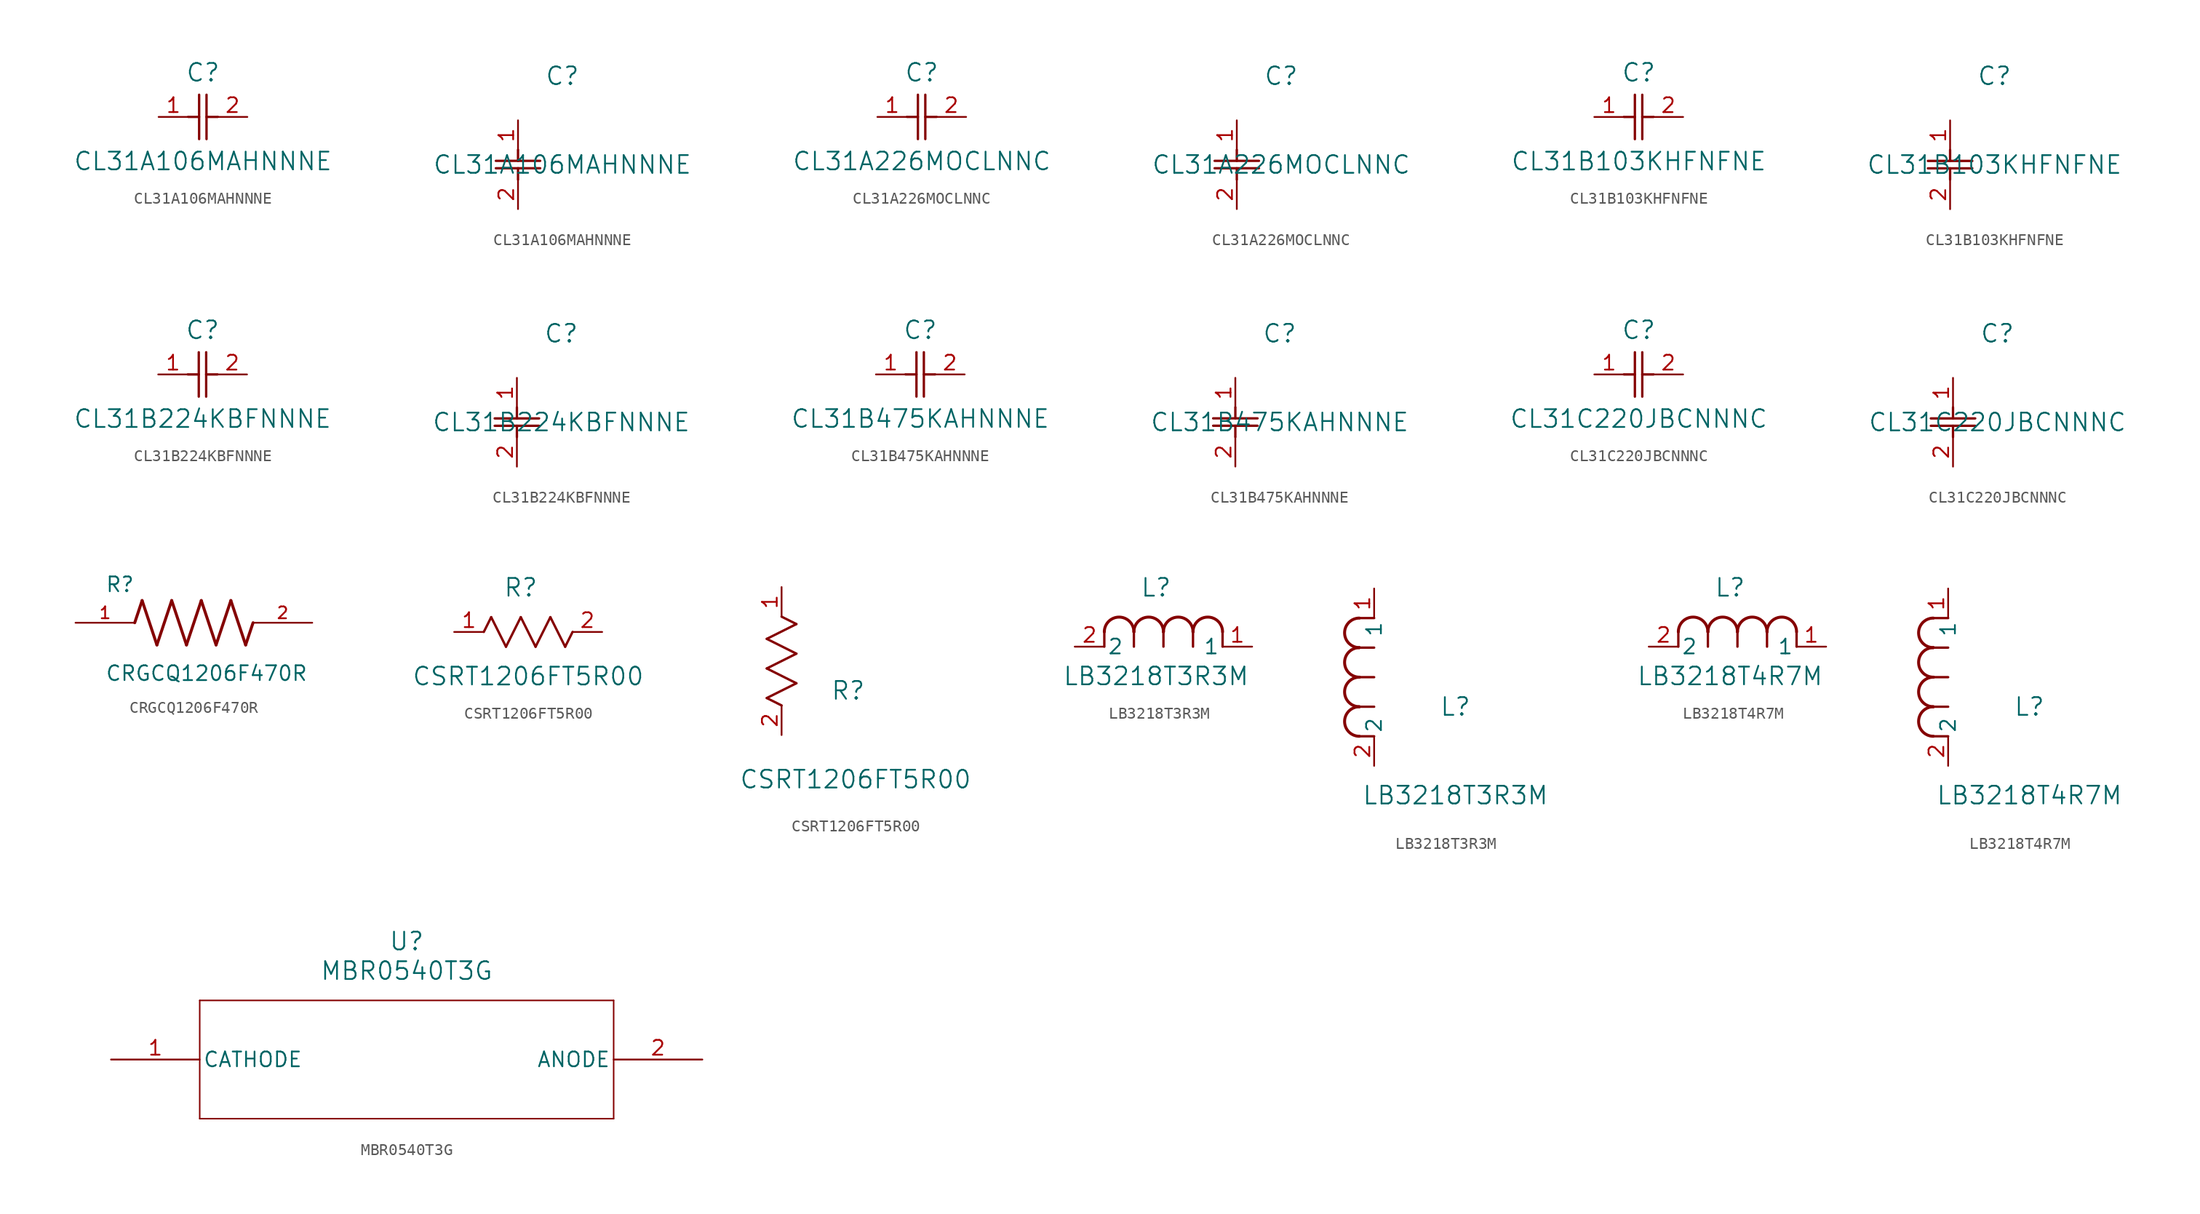
<source format=kicad_sym>
(kicad_symbol_lib
  (version 20231120)
  (generator "kicad_symbol_editor")
  (generator_version "8.0")
  (symbol "CL31A106MAHNNNE"
    (pin_names
      (offset 0.254))
    (property "Reference" "C"
      (at 3.81 3.81 0)
      (effects (font (size 1.524 1.524))))
    (property "Value" "CL31A106MAHNNNE"
      (at 3.81 -3.81 0)
      (effects (font (size 1.524 1.524))))
    (property "ki_locked" ""
      (at 0 0 0)
      (effects (font (size 1.27 1.27))))
    (symbol "CL31A106MAHNNNE_1_1"
      (polyline (pts (xy 2.54 0) (xy 3.48 0)) (stroke (width 0.203) (type default)) (fill (type none)))
      (polyline (pts (xy 3.48 -1.905) (xy 3.48 1.905)) (stroke (width 0.203) (type default)) (fill (type none)))
      (polyline (pts (xy 4.115 -1.905) (xy 4.115 1.905)) (stroke (width 0.203) (type default)) (fill (type none)))
      (polyline (pts (xy 4.115 0) (xy 5.08 0)) (stroke (width 0.203) (type default)) (fill (type none)))
      (pin unspecified line (at 0 0 0) (length 2.54) (name "" (effects (font (size 1.27 1.27)))) (number "1" (effects (font (size 1.27 1.27)))))
      (pin unspecified line (at 7.62 0 180) (length 2.54) (name "" (effects (font (size 1.27 1.27)))) (number "2" (effects (font (size 1.27 1.27))))))
    (symbol "CL31A106MAHNNNE_1_2"
      (polyline (pts (xy -1.905 -4.115) (xy 1.905 -4.115)) (stroke (width 0.203) (type default)) (fill (type none)))
      (polyline (pts (xy -1.905 -3.48) (xy 1.905 -3.48)) (stroke (width 0.203) (type default)) (fill (type none)))
      (polyline (pts (xy 0 -4.115) (xy 0 -5.08)) (stroke (width 0.203) (type default)) (fill (type none)))
      (polyline (pts (xy 0 -2.54) (xy 0 -3.48)) (stroke (width 0.203) (type default)) (fill (type none)))
      (pin unspecified line (at 0 0 270) (length 2.54) (name "" (effects (font (size 1.27 1.27)))) (number "1" (effects (font (size 1.27 1.27)))))
      (pin unspecified line (at 0 -7.62 90) (length 2.54) (name "" (effects (font (size 1.27 1.27)))) (number "2" (effects (font (size 1.27 1.27)))))))
  (symbol "CL31A226MOCLNNC"
    (pin_names
      (offset 0.254))
    (property "Reference" "C"
      (at 3.81 3.81 0)
      (effects (font (size 1.524 1.524))))
    (property "Value" "CL31A226MOCLNNC"
      (at 3.81 -3.81 0)
      (effects (font (size 1.524 1.524))))
    (property "ki_locked" ""
      (at 0 0 0)
      (effects (font (size 1.27 1.27))))
    (symbol "CL31A226MOCLNNC_1_1"
      (polyline (pts (xy 2.54 0) (xy 3.48 0)) (stroke (width 0.203) (type default)) (fill (type none)))
      (polyline (pts (xy 3.48 -1.905) (xy 3.48 1.905)) (stroke (width 0.203) (type default)) (fill (type none)))
      (polyline (pts (xy 4.115 -1.905) (xy 4.115 1.905)) (stroke (width 0.203) (type default)) (fill (type none)))
      (polyline (pts (xy 4.115 0) (xy 5.08 0)) (stroke (width 0.203) (type default)) (fill (type none)))
      (pin unspecified line (at 0 0 0) (length 2.54) (name "" (effects (font (size 1.27 1.27)))) (number "1" (effects (font (size 1.27 1.27)))))
      (pin unspecified line (at 7.62 0 180) (length 2.54) (name "" (effects (font (size 1.27 1.27)))) (number "2" (effects (font (size 1.27 1.27))))))
    (symbol "CL31A226MOCLNNC_1_2"
      (polyline (pts (xy -1.905 -4.115) (xy 1.905 -4.115)) (stroke (width 0.203) (type default)) (fill (type none)))
      (polyline (pts (xy -1.905 -3.48) (xy 1.905 -3.48)) (stroke (width 0.203) (type default)) (fill (type none)))
      (polyline (pts (xy 0 -4.115) (xy 0 -5.08)) (stroke (width 0.203) (type default)) (fill (type none)))
      (polyline (pts (xy 0 -2.54) (xy 0 -3.48)) (stroke (width 0.203) (type default)) (fill (type none)))
      (pin unspecified line (at 0 0 270) (length 2.54) (name "" (effects (font (size 1.27 1.27)))) (number "1" (effects (font (size 1.27 1.27)))))
      (pin unspecified line (at 0 -7.62 90) (length 2.54) (name "" (effects (font (size 1.27 1.27)))) (number "2" (effects (font (size 1.27 1.27)))))))
  (symbol "CL31B103KHFNFNE"
    (pin_names
      (offset 0.254))
    (property "Reference" "C"
      (at 3.81 3.81 0)
      (effects (font (size 1.524 1.524))))
    (property "Value" "CL31B103KHFNFNE"
      (at 3.81 -3.81 0)
      (effects (font (size 1.524 1.524))))
    (property "ki_locked" ""
      (at 0 0 0)
      (effects (font (size 1.27 1.27))))
    (symbol "CL31B103KHFNFNE_1_1"
      (polyline (pts (xy 2.54 0) (xy 3.48 0)) (stroke (width 0.203) (type default)) (fill (type none)))
      (polyline (pts (xy 3.48 -1.905) (xy 3.48 1.905)) (stroke (width 0.203) (type default)) (fill (type none)))
      (polyline (pts (xy 4.115 -1.905) (xy 4.115 1.905)) (stroke (width 0.203) (type default)) (fill (type none)))
      (polyline (pts (xy 4.115 0) (xy 5.08 0)) (stroke (width 0.203) (type default)) (fill (type none)))
      (pin unspecified line (at 0 0 0) (length 2.54) (name "" (effects (font (size 1.27 1.27)))) (number "1" (effects (font (size 1.27 1.27)))))
      (pin unspecified line (at 7.62 0 180) (length 2.54) (name "" (effects (font (size 1.27 1.27)))) (number "2" (effects (font (size 1.27 1.27))))))
    (symbol "CL31B103KHFNFNE_1_2"
      (polyline (pts (xy -1.905 -4.115) (xy 1.905 -4.115)) (stroke (width 0.203) (type default)) (fill (type none)))
      (polyline (pts (xy -1.905 -3.48) (xy 1.905 -3.48)) (stroke (width 0.203) (type default)) (fill (type none)))
      (polyline (pts (xy 0 -4.115) (xy 0 -5.08)) (stroke (width 0.203) (type default)) (fill (type none)))
      (polyline (pts (xy 0 -2.54) (xy 0 -3.48)) (stroke (width 0.203) (type default)) (fill (type none)))
      (pin unspecified line (at 0 0 270) (length 2.54) (name "" (effects (font (size 1.27 1.27)))) (number "1" (effects (font (size 1.27 1.27)))))
      (pin unspecified line (at 0 -7.62 90) (length 2.54) (name "" (effects (font (size 1.27 1.27)))) (number "2" (effects (font (size 1.27 1.27)))))))
  (symbol "CL31B224KBFNNNE"
    (pin_names
      (offset 0.254))
    (property "Reference" "C"
      (at 3.81 3.81 0)
      (effects (font (size 1.524 1.524))))
    (property "Value" "CL31B224KBFNNNE"
      (at 3.81 -3.81 0)
      (effects (font (size 1.524 1.524))))
    (property "ki_locked" ""
      (at 0 0 0)
      (effects (font (size 1.27 1.27))))
    (symbol "CL31B224KBFNNNE_1_1"
      (polyline (pts (xy 2.54 0) (xy 3.48 0)) (stroke (width 0.203) (type default)) (fill (type none)))
      (polyline (pts (xy 3.48 -1.905) (xy 3.48 1.905)) (stroke (width 0.203) (type default)) (fill (type none)))
      (polyline (pts (xy 4.115 -1.905) (xy 4.115 1.905)) (stroke (width 0.203) (type default)) (fill (type none)))
      (polyline (pts (xy 4.115 0) (xy 5.08 0)) (stroke (width 0.203) (type default)) (fill (type none)))
      (pin unspecified line (at 0 0 0) (length 2.54) (name "" (effects (font (size 1.27 1.27)))) (number "1" (effects (font (size 1.27 1.27)))))
      (pin unspecified line (at 7.62 0 180) (length 2.54) (name "" (effects (font (size 1.27 1.27)))) (number "2" (effects (font (size 1.27 1.27))))))
    (symbol "CL31B224KBFNNNE_1_2"
      (polyline (pts (xy -1.905 -4.115) (xy 1.905 -4.115)) (stroke (width 0.203) (type default)) (fill (type none)))
      (polyline (pts (xy -1.905 -3.48) (xy 1.905 -3.48)) (stroke (width 0.203) (type default)) (fill (type none)))
      (polyline (pts (xy 0 -4.115) (xy 0 -5.08)) (stroke (width 0.203) (type default)) (fill (type none)))
      (polyline (pts (xy 0 -2.54) (xy 0 -3.48)) (stroke (width 0.203) (type default)) (fill (type none)))
      (pin unspecified line (at 0 0 270) (length 2.54) (name "" (effects (font (size 1.27 1.27)))) (number "1" (effects (font (size 1.27 1.27)))))
      (pin unspecified line (at 0 -7.62 90) (length 2.54) (name "" (effects (font (size 1.27 1.27)))) (number "2" (effects (font (size 1.27 1.27)))))))
  (symbol "CL31B475KAHNNNE"
    (pin_names
      (offset 0.254))
    (property "Reference" "C"
      (at 3.81 3.81 0)
      (effects (font (size 1.524 1.524))))
    (property "Value" "CL31B475KAHNNNE"
      (at 3.81 -3.81 0)
      (effects (font (size 1.524 1.524))))
    (property "ki_locked" ""
      (at 0 0 0)
      (effects (font (size 1.27 1.27))))
    (symbol "CL31B475KAHNNNE_1_1"
      (polyline (pts (xy 2.54 0) (xy 3.48 0)) (stroke (width 0.203) (type default)) (fill (type none)))
      (polyline (pts (xy 3.48 -1.905) (xy 3.48 1.905)) (stroke (width 0.203) (type default)) (fill (type none)))
      (polyline (pts (xy 4.115 -1.905) (xy 4.115 1.905)) (stroke (width 0.203) (type default)) (fill (type none)))
      (polyline (pts (xy 4.115 0) (xy 5.08 0)) (stroke (width 0.203) (type default)) (fill (type none)))
      (pin unspecified line (at 0 0 0) (length 2.54) (name "" (effects (font (size 1.27 1.27)))) (number "1" (effects (font (size 1.27 1.27)))))
      (pin unspecified line (at 7.62 0 180) (length 2.54) (name "" (effects (font (size 1.27 1.27)))) (number "2" (effects (font (size 1.27 1.27))))))
    (symbol "CL31B475KAHNNNE_1_2"
      (polyline (pts (xy -1.905 -4.115) (xy 1.905 -4.115)) (stroke (width 0.203) (type default)) (fill (type none)))
      (polyline (pts (xy -1.905 -3.48) (xy 1.905 -3.48)) (stroke (width 0.203) (type default)) (fill (type none)))
      (polyline (pts (xy 0 -4.115) (xy 0 -5.08)) (stroke (width 0.203) (type default)) (fill (type none)))
      (polyline (pts (xy 0 -2.54) (xy 0 -3.48)) (stroke (width 0.203) (type default)) (fill (type none)))
      (pin unspecified line (at 0 0 270) (length 2.54) (name "" (effects (font (size 1.27 1.27)))) (number "1" (effects (font (size 1.27 1.27)))))
      (pin unspecified line (at 0 -7.62 90) (length 2.54) (name "" (effects (font (size 1.27 1.27)))) (number "2" (effects (font (size 1.27 1.27)))))))
  (symbol "CL31C220JBCNNNC"
    (pin_names
      (offset 0.254))
    (property "Reference" "C"
      (at 3.81 3.81 0)
      (effects (font (size 1.524 1.524))))
    (property "Value" "CL31C220JBCNNNC"
      (at 3.81 -3.81 0)
      (effects (font (size 1.524 1.524))))
    (property "ki_locked" ""
      (at 0 0 0)
      (effects (font (size 1.27 1.27))))
    (symbol "CL31C220JBCNNNC_1_1"
      (polyline (pts (xy 2.54 0) (xy 3.48 0)) (stroke (width 0.203) (type default)) (fill (type none)))
      (polyline (pts (xy 3.48 -1.905) (xy 3.48 1.905)) (stroke (width 0.203) (type default)) (fill (type none)))
      (polyline (pts (xy 4.115 -1.905) (xy 4.115 1.905)) (stroke (width 0.203) (type default)) (fill (type none)))
      (polyline (pts (xy 4.115 0) (xy 5.08 0)) (stroke (width 0.203) (type default)) (fill (type none)))
      (pin unspecified line (at 0 0 0) (length 2.54) (name "" (effects (font (size 1.27 1.27)))) (number "1" (effects (font (size 1.27 1.27)))))
      (pin unspecified line (at 7.62 0 180) (length 2.54) (name "" (effects (font (size 1.27 1.27)))) (number "2" (effects (font (size 1.27 1.27))))))
    (symbol "CL31C220JBCNNNC_1_2"
      (polyline (pts (xy -1.905 -4.115) (xy 1.905 -4.115)) (stroke (width 0.203) (type default)) (fill (type none)))
      (polyline (pts (xy -1.905 -3.48) (xy 1.905 -3.48)) (stroke (width 0.203) (type default)) (fill (type none)))
      (polyline (pts (xy 0 -4.115) (xy 0 -5.08)) (stroke (width 0.203) (type default)) (fill (type none)))
      (polyline (pts (xy 0 -2.54) (xy 0 -3.48)) (stroke (width 0.203) (type default)) (fill (type none)))
      (pin unspecified line (at 0 0 270) (length 2.54) (name "" (effects (font (size 1.27 1.27)))) (number "1" (effects (font (size 1.27 1.27)))))
      (pin unspecified line (at 0 -7.62 90) (length 2.54) (name "" (effects (font (size 1.27 1.27)))) (number "2" (effects (font (size 1.27 1.27)))))))
  (symbol "CRGCQ1206F470R"
    (pin_names
      (offset 1.016))
    (property "Reference" "R"
      (at -7.624 2.542 0)
      (effects (font (size 1.27 1.27)) (justify left bottom)))
    (property "Value" "CRGCQ1206F470R"
      (at -7.63 -5.087 0)
      (effects (font (size 1.27 1.27)) (justify left bottom)))
    (symbol "CRGCQ1206F470R_0_0"
      (polyline (pts (xy -5.08 0) (xy -4.445 1.905)) (stroke (width 0.254) (type default)) (fill (type none)))
      (polyline (pts (xy -4.445 1.905) (xy -3.175 -1.905)) (stroke (width 0.254) (type default)) (fill (type none)))
      (polyline (pts (xy -3.175 -1.905) (xy -1.905 1.905)) (stroke (width 0.254) (type default)) (fill (type none)))
      (polyline (pts (xy -1.905 1.905) (xy -0.635 -1.905)) (stroke (width 0.254) (type default)) (fill (type none)))
      (polyline (pts (xy -0.635 -1.905) (xy 0.635 1.905)) (stroke (width 0.254) (type default)) (fill (type none)))
      (polyline (pts (xy 0.635 1.905) (xy 1.905 -1.905)) (stroke (width 0.254) (type default)) (fill (type none)))
      (polyline (pts (xy 1.905 -1.905) (xy 3.175 1.905)) (stroke (width 0.254) (type default)) (fill (type none)))
      (polyline (pts (xy 3.175 1.905) (xy 4.445 -1.905)) (stroke (width 0.254) (type default)) (fill (type none)))
      (polyline (pts (xy 4.445 -1.905) (xy 5.08 0)) (stroke (width 0.254) (type default)) (fill (type none)))
      (pin passive line (at -10.16 0 0) (length 5.08) (name "~" (effects (font (size 1.016 1.016)))) (number "1" (effects (font (size 1.016 1.016)))))
      (pin passive line (at 10.16 0 180) (length 5.08) (name "~" (effects (font (size 1.016 1.016)))) (number "2" (effects (font (size 1.016 1.016)))))))
  (symbol "CSRT1206FT5R00"
    (pin_names
      (offset 0.254))
    (property "Reference" "R"
      (at 5.715 3.81 0)
      (effects (font (size 1.524 1.524))))
    (property "Value" "CSRT1206FT5R00"
      (at 6.35 -3.81 0)
      (effects (font (size 1.524 1.524))))
    (property "ki_locked" ""
      (at 0 0 0)
      (effects (font (size 1.27 1.27))))
    (symbol "CSRT1206FT5R00_1_1"
      (polyline (pts (xy 2.54 0) (xy 3.175 1.27)) (stroke (width 0.203) (type default)) (fill (type none)))
      (polyline (pts (xy 3.175 1.27) (xy 4.445 -1.27)) (stroke (width 0.203) (type default)) (fill (type none)))
      (polyline (pts (xy 4.445 -1.27) (xy 5.715 1.27)) (stroke (width 0.203) (type default)) (fill (type none)))
      (polyline (pts (xy 5.715 1.27) (xy 6.985 -1.27)) (stroke (width 0.203) (type default)) (fill (type none)))
      (polyline (pts (xy 6.985 -1.27) (xy 8.255 1.27)) (stroke (width 0.203) (type default)) (fill (type none)))
      (polyline (pts (xy 8.255 1.27) (xy 9.525 -1.27)) (stroke (width 0.203) (type default)) (fill (type none)))
      (polyline (pts (xy 9.525 -1.27) (xy 10.16 0)) (stroke (width 0.203) (type default)) (fill (type none)))
      (pin unspecified line (at 0 0 0) (length 2.54) (name "" (effects (font (size 1.27 1.27)))) (number "1" (effects (font (size 1.27 1.27)))))
      (pin unspecified line (at 12.7 0 180) (length 2.54) (name "" (effects (font (size 1.27 1.27)))) (number "2" (effects (font (size 1.27 1.27))))))
    (symbol "CSRT1206FT5R00_1_2"
      (polyline (pts (xy -1.27 3.175) (xy 1.27 4.445)) (stroke (width 0.203) (type default)) (fill (type none)))
      (polyline (pts (xy -1.27 5.715) (xy 1.27 6.985)) (stroke (width 0.203) (type default)) (fill (type none)))
      (polyline (pts (xy -1.27 8.255) (xy 1.27 9.525)) (stroke (width 0.203) (type default)) (fill (type none)))
      (polyline (pts (xy 0 2.54) (xy -1.27 3.175)) (stroke (width 0.203) (type default)) (fill (type none)))
      (polyline (pts (xy 1.27 4.445) (xy -1.27 5.715)) (stroke (width 0.203) (type default)) (fill (type none)))
      (polyline (pts (xy 1.27 6.985) (xy -1.27 8.255)) (stroke (width 0.203) (type default)) (fill (type none)))
      (polyline (pts (xy 1.27 9.525) (xy 0 10.16)) (stroke (width 0.203) (type default)) (fill (type none)))
      (pin unspecified line (at 0 12.7 270) (length 2.54) (name "" (effects (font (size 1.27 1.27)))) (number "1" (effects (font (size 1.27 1.27)))))
      (pin unspecified line (at 0 0 90) (length 2.54) (name "" (effects (font (size 1.27 1.27)))) (number "2" (effects (font (size 1.27 1.27)))))))
  (symbol "LB3218T3R3M"
    (pin_names
      (offset 0.254))
    (property "Reference" "L"
      (at 6.985 5.08 0)
      (effects (font (size 1.524 1.524))))
    (property "Value" "LB3218T3R3M"
      (at 6.985 -2.54 0)
      (effects (font (size 1.524 1.524))))
    (property "ki_locked" ""
      (at 0 0 0)
      (effects (font (size 1.27 1.27))))
    (symbol "LB3218T3R3M_1_1"
      (polyline (pts (xy 2.54 0) (xy 2.54 1.27)) (stroke (width 0.203) (type default)) (fill (type none)))
      (polyline (pts (xy 5.08 0) (xy 5.08 1.27)) (stroke (width 0.203) (type default)) (fill (type none)))
      (polyline (pts (xy 7.62 0) (xy 7.62 1.27)) (stroke (width 0.203) (type default)) (fill (type none)))
      (polyline (pts (xy 10.16 0) (xy 10.16 1.27)) (stroke (width 0.203) (type default)) (fill (type none)))
      (polyline (pts (xy 12.7 0) (xy 12.7 1.27)) (stroke (width 0.203) (type default)) (fill (type none)))
      (arc (start 5.08 1.27) (mid 3.81 2.5344) (end 2.54 1.27) (stroke (width 0.254) (type default)) (fill (type none)))
      (arc (start 7.62 1.27) (mid 6.35 2.5344) (end 5.08 1.27) (stroke (width 0.254) (type default)) (fill (type none)))
      (arc (start 10.16 1.27) (mid 8.89 2.5344) (end 7.62 1.27) (stroke (width 0.254) (type default)) (fill (type none)))
      (arc (start 12.7 1.27) (mid 11.43 2.5344) (end 10.16 1.27) (stroke (width 0.254) (type default)) (fill (type none)))
      (pin unspecified line (at 15.24 0 180) (length 2.54) (name "1" (effects (font (size 1.27 1.27)))) (number "1" (effects (font (size 1.27 1.27)))))
      (pin unspecified line (at 0 0 0) (length 2.54) (name "2" (effects (font (size 1.27 1.27)))) (number "2" (effects (font (size 1.27 1.27))))))
    (symbol "LB3218T3R3M_1_2"
      (arc (start -1.27 5.08) (mid -2.5344 3.81) (end -1.27 2.54) (stroke (width 0.254) (type default)) (fill (type none)))
      (arc (start -1.27 7.62) (mid -2.5344 6.35) (end -1.27 5.08) (stroke (width 0.254) (type default)) (fill (type none)))
      (arc (start -1.27 10.16) (mid -2.5344 8.89) (end -1.27 7.62) (stroke (width 0.254) (type default)) (fill (type none)))
      (arc (start -1.27 12.7) (mid -2.5344 11.43) (end -1.27 10.16) (stroke (width 0.254) (type default)) (fill (type none)))
      (polyline (pts (xy 0 2.54) (xy -1.27 2.54)) (stroke (width 0.203) (type default)) (fill (type none)))
      (polyline (pts (xy 0 5.08) (xy -1.27 5.08)) (stroke (width 0.203) (type default)) (fill (type none)))
      (polyline (pts (xy 0 7.62) (xy -1.27 7.62)) (stroke (width 0.203) (type default)) (fill (type none)))
      (polyline (pts (xy 0 10.16) (xy -1.27 10.16)) (stroke (width 0.203) (type default)) (fill (type none)))
      (polyline (pts (xy 0 12.7) (xy -1.27 12.7)) (stroke (width 0.203) (type default)) (fill (type none)))
      (pin unspecified line (at 0 15.24 270) (length 2.54) (name "1" (effects (font (size 1.27 1.27)))) (number "1" (effects (font (size 1.27 1.27)))))
      (pin unspecified line (at 0 0 90) (length 2.54) (name "2" (effects (font (size 1.27 1.27)))) (number "2" (effects (font (size 1.27 1.27)))))))
  (symbol "LB3218T4R7M"
    (pin_names
      (offset 0.254))
    (property "Reference" "L"
      (at 6.985 5.08 0)
      (effects (font (size 1.524 1.524))))
    (property "Value" "LB3218T4R7M"
      (at 6.985 -2.54 0)
      (effects (font (size 1.524 1.524))))
    (property "ki_locked" ""
      (at 0 0 0)
      (effects (font (size 1.27 1.27))))
    (symbol "LB3218T4R7M_1_1"
      (polyline (pts (xy 2.54 0) (xy 2.54 1.27)) (stroke (width 0.203) (type default)) (fill (type none)))
      (polyline (pts (xy 5.08 0) (xy 5.08 1.27)) (stroke (width 0.203) (type default)) (fill (type none)))
      (polyline (pts (xy 7.62 0) (xy 7.62 1.27)) (stroke (width 0.203) (type default)) (fill (type none)))
      (polyline (pts (xy 10.16 0) (xy 10.16 1.27)) (stroke (width 0.203) (type default)) (fill (type none)))
      (polyline (pts (xy 12.7 0) (xy 12.7 1.27)) (stroke (width 0.203) (type default)) (fill (type none)))
      (arc (start 5.08 1.27) (mid 3.81 2.5344) (end 2.54 1.27) (stroke (width 0.254) (type default)) (fill (type none)))
      (arc (start 7.62 1.27) (mid 6.35 2.5344) (end 5.08 1.27) (stroke (width 0.254) (type default)) (fill (type none)))
      (arc (start 10.16 1.27) (mid 8.89 2.5344) (end 7.62 1.27) (stroke (width 0.254) (type default)) (fill (type none)))
      (arc (start 12.7 1.27) (mid 11.43 2.5344) (end 10.16 1.27) (stroke (width 0.254) (type default)) (fill (type none)))
      (pin unspecified line (at 15.24 0 180) (length 2.54) (name "1" (effects (font (size 1.27 1.27)))) (number "1" (effects (font (size 1.27 1.27)))))
      (pin unspecified line (at 0 0 0) (length 2.54) (name "2" (effects (font (size 1.27 1.27)))) (number "2" (effects (font (size 1.27 1.27))))))
    (symbol "LB3218T4R7M_1_2"
      (arc (start -1.27 5.08) (mid -2.5344 3.81) (end -1.27 2.54) (stroke (width 0.254) (type default)) (fill (type none)))
      (arc (start -1.27 7.62) (mid -2.5344 6.35) (end -1.27 5.08) (stroke (width 0.254) (type default)) (fill (type none)))
      (arc (start -1.27 10.16) (mid -2.5344 8.89) (end -1.27 7.62) (stroke (width 0.254) (type default)) (fill (type none)))
      (arc (start -1.27 12.7) (mid -2.5344 11.43) (end -1.27 10.16) (stroke (width 0.254) (type default)) (fill (type none)))
      (polyline (pts (xy 0 2.54) (xy -1.27 2.54)) (stroke (width 0.203) (type default)) (fill (type none)))
      (polyline (pts (xy 0 5.08) (xy -1.27 5.08)) (stroke (width 0.203) (type default)) (fill (type none)))
      (polyline (pts (xy 0 7.62) (xy -1.27 7.62)) (stroke (width 0.203) (type default)) (fill (type none)))
      (polyline (pts (xy 0 10.16) (xy -1.27 10.16)) (stroke (width 0.203) (type default)) (fill (type none)))
      (polyline (pts (xy 0 12.7) (xy -1.27 12.7)) (stroke (width 0.203) (type default)) (fill (type none)))
      (pin unspecified line (at 0 15.24 270) (length 2.54) (name "1" (effects (font (size 1.27 1.27)))) (number "1" (effects (font (size 1.27 1.27)))))
      (pin unspecified line (at 0 0 90) (length 2.54) (name "2" (effects (font (size 1.27 1.27)))) (number "2" (effects (font (size 1.27 1.27)))))))
  (symbol "MBR0540T3G"
    (pin_names
      (offset 0.254))
    (property "Reference" "U"
      (at 25.4 10.16 0)
      (effects (font (size 1.524 1.524))))
    (property "Value" "MBR0540T3G"
      (at 25.4 7.62 0)
      (effects (font (size 1.524 1.524))))
    (property "ki_locked" ""
      (at 0 0 0)
      (effects (font (size 1.27 1.27))))
    (symbol "MBR0540T3G_0_1"
      (polyline (pts (xy 7.62 -5.08) (xy 43.18 -5.08)) (stroke (width 0.127) (type default)) (fill (type none)))
      (polyline (pts (xy 7.62 5.08) (xy 7.62 -5.08)) (stroke (width 0.127) (type default)) (fill (type none)))
      (polyline (pts (xy 43.18 -5.08) (xy 43.18 5.08)) (stroke (width 0.127) (type default)) (fill (type none)))
      (polyline (pts (xy 43.18 5.08) (xy 7.62 5.08)) (stroke (width 0.127) (type default)) (fill (type none)))
      (pin unspecified line (at 0 0 0) (length 7.62) (name "CATHODE" (effects (font (size 1.27 1.27)))) (number "1" (effects (font (size 1.27 1.27)))))
      (pin unspecified line (at 50.8 0 180) (length 7.62) (name "ANODE" (effects (font (size 1.27 1.27)))) (number "2" (effects (font (size 1.27 1.27))))))))
</source>
